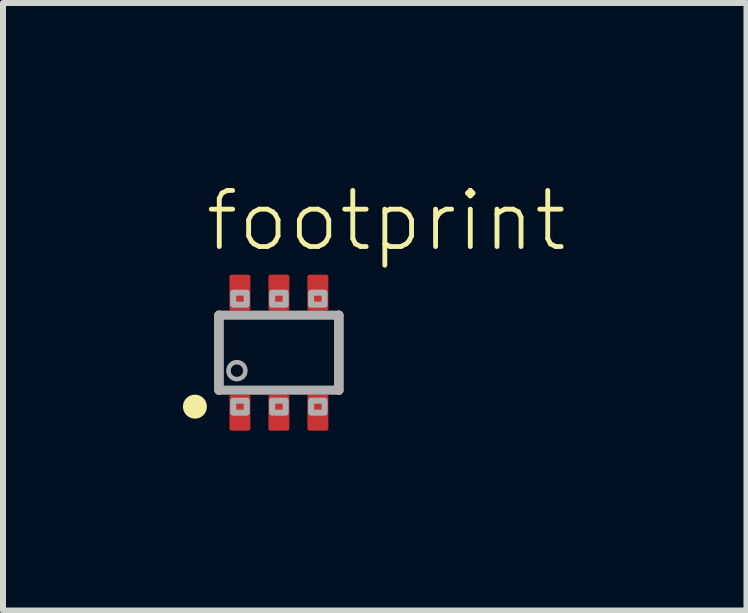
<source format=kicad_pcb>
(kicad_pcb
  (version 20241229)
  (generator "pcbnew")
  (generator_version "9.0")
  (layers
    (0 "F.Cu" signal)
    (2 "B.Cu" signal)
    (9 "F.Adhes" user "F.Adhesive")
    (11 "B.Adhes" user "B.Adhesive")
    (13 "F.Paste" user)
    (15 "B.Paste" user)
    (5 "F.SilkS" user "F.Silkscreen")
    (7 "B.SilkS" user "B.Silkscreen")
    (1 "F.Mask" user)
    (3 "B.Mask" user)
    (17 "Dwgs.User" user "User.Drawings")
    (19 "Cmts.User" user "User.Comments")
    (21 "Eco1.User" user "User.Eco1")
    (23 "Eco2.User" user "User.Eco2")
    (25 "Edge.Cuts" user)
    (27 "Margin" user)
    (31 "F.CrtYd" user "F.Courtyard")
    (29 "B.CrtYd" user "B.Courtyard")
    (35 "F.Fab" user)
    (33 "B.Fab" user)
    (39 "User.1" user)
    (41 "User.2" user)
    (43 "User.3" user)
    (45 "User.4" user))
  (footprint "footprint"
    (layer "F.Cu")
    (at 1.6 2.83)
    (property "Reference" "footprint" (at -1.27 -1.651 0) (layer "F.SilkS") (effects (font (size 0.935 0.935) (thickness 0.081)) (justify left bottom)))
    (fp_line (start -1 0.625) (end -1 -0.625) (stroke (width 0.152) (type solid)) (layer "F.SilkS"))
    (fp_line (start 1 -0.625) (end 1 0.625) (stroke (width 0.152) (type solid)) (layer "F.SilkS"))
    (fp_circle (center -1.4 0.9) (end -1.3 0.9) (stroke (width 0.2) (type solid)) (fill no) (layer "F.SilkS"))
    (fp_line (start -1 -0.625) (end 1 -0.625) (stroke (width 0.152) (type solid)) (layer "F.Fab"))
    (fp_line (start -1 0.625) (end -1 -0.625) (stroke (width 0.152) (type solid)) (layer "F.Fab"))
    (fp_line (start 1 -0.625) (end 1 0.625) (stroke (width 0.152) (type solid)) (layer "F.Fab"))
    (fp_line (start 1 0.625) (end -1 0.625) (stroke (width 0.152) (type solid)) (layer "F.Fab"))
    (fp_circle (center -0.7 0.3) (end -0.559 0.3) (stroke (width 0.076) (type solid)) (fill no) (layer "F.Fab"))
    (fp_poly (pts (xy -0.762 -0.8) (xy -0.537 -0.8) (xy -0.537 -1) (xy -0.762 -1)) (stroke (width 0.1) (type solid)) (fill no) (layer "F.Fab"))
    (fp_poly (pts (xy -0.762 1) (xy -0.537 1) (xy -0.537 0.8) (xy -0.762 0.8)) (stroke (width 0.1) (type solid)) (fill no) (layer "F.Fab"))
    (fp_poly (pts (xy -0.113 -0.8) (xy 0.113 -0.8) (xy 0.113 -1) (xy -0.113 -1)) (stroke (width 0.1) (type solid)) (fill no) (layer "F.Fab"))
    (fp_poly (pts (xy -0.113 1) (xy 0.113 1) (xy 0.113 0.8) (xy -0.113 0.8)) (stroke (width 0.1) (type solid)) (fill no) (layer "F.Fab"))
    (fp_poly (pts (xy 0.537 -0.8) (xy 0.762 -0.8) (xy 0.762 -1) (xy 0.537 -1)) (stroke (width 0.1) (type solid)) (fill no) (layer "F.Fab"))
    (fp_poly (pts (xy 0.537 1) (xy 0.762 1) (xy 0.762 0.8) (xy 0.537 0.8)) (stroke (width 0.1) (type solid)) (fill no) (layer "F.Fab"))
    (pad "1" smd roundrect (at -0.65 1 90) (size 0.6 0.35) (layers "F.Cu" "F.Mask" "F.Paste") (roundrect_rratio 0.1))
    (pad "2" smd roundrect (at 0 1 90) (size 0.6 0.35) (layers "F.Cu" "F.Mask" "F.Paste") (roundrect_rratio 0.1))
    (pad "3" smd roundrect (at 0.65 1 90) (size 0.6 0.35) (layers "F.Cu" "F.Mask" "F.Paste") (roundrect_rratio 0.1))
    (pad "4" smd roundrect (at 0.65 -1 90) (size 0.6 0.35) (layers "F.Cu" "F.Mask" "F.Paste") (roundrect_rratio 0.1))
    (pad "5" smd roundrect (at 0 -1 90) (size 0.6 0.35) (layers "F.Cu" "F.Mask" "F.Paste") (roundrect_rratio 0.1))
    (pad "6" smd roundrect (at -0.65 -1 90) (size 0.6 0.35) (layers "F.Cu" "F.Mask" "F.Paste") (roundrect_rratio 0.1)))
  (gr_rect
    (start -3 -3)
    (end 9.396 7.13)
    (stroke (width 0.1) (type default))
    (fill no)
    (layer "Edge.Cuts")))
</source>
